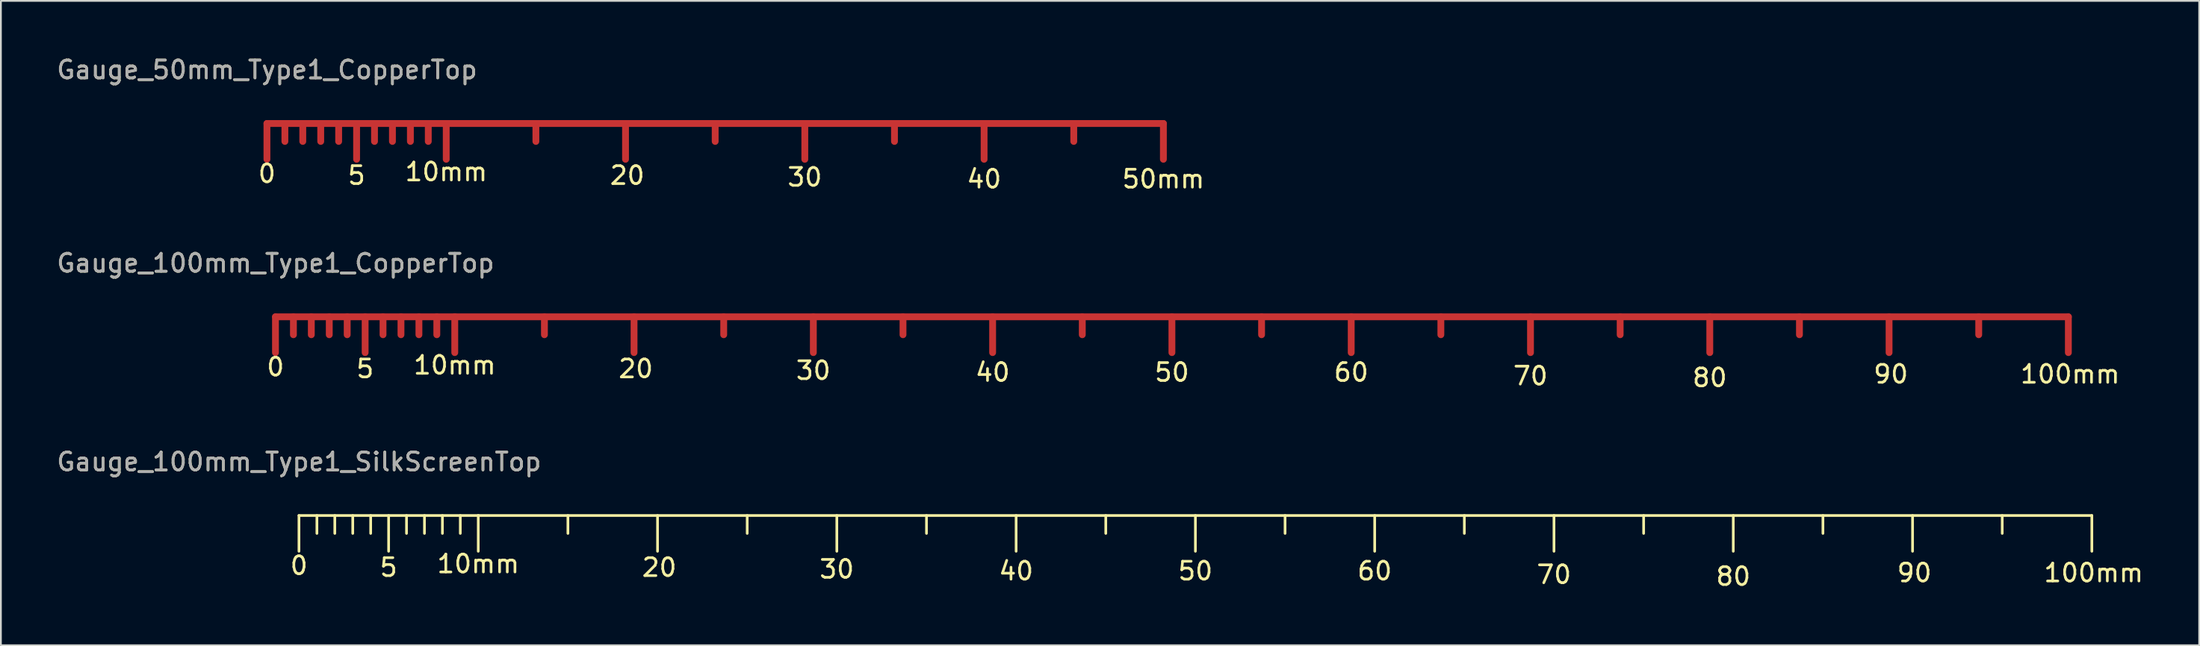
<source format=kicad_pcb>
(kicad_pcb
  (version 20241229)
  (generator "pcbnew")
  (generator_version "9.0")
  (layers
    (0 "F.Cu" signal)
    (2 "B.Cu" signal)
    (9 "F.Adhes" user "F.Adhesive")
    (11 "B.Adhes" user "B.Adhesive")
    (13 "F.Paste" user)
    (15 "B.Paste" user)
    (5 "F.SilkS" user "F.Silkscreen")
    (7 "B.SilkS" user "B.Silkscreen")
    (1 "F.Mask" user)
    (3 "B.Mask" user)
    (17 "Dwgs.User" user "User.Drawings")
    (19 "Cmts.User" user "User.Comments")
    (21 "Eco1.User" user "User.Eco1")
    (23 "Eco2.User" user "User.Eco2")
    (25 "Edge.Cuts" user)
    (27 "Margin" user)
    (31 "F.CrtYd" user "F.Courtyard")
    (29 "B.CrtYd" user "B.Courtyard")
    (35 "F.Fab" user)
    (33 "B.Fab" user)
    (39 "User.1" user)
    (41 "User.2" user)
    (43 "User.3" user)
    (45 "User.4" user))
  (footprint "Gauge_100mm_Type1_SilkScreenTop"
    (layer "F.Cu")
    (at 13.625 25.743)
    (property "Reference" "Gauge_100mm_Type1_SilkScreenTop" (at 0 -3 0) (layer "F.SilkS") (effects (font (size 1 1) (thickness 0.15))))
    (attr exclude_from_pos_files exclude_from_bom)
    (fp_line (start 0 0) (end 0 1.999) (stroke (width 0.15) (type solid)) (layer "F.SilkS"))
    (fp_line (start 0 0) (end 10 0) (stroke (width 0.15) (type solid)) (layer "F.SilkS"))
    (fp_line (start 1.001 0) (end 1.001 1.001) (stroke (width 0.15) (type solid)) (layer "F.SilkS"))
    (fp_line (start 1.999 0) (end 1.999 1.001) (stroke (width 0.15) (type solid)) (layer "F.SilkS"))
    (fp_line (start 3 0) (end 3 1.001) (stroke (width 0.15) (type solid)) (layer "F.SilkS"))
    (fp_line (start 4 0) (end 4 1.001) (stroke (width 0.15) (type solid)) (layer "F.SilkS"))
    (fp_line (start 5.001 0) (end 5.001 1.999) (stroke (width 0.15) (type solid)) (layer "F.SilkS"))
    (fp_line (start 5.999 0) (end 5.999 1.001) (stroke (width 0.15) (type solid)) (layer "F.SilkS"))
    (fp_line (start 7 0) (end 7 1.001) (stroke (width 0.15) (type solid)) (layer "F.SilkS"))
    (fp_line (start 8.001 0) (end 8.001 1.001) (stroke (width 0.15) (type solid)) (layer "F.SilkS"))
    (fp_line (start 8.999 0) (end 8.999 1.001) (stroke (width 0.15) (type solid)) (layer "F.SilkS"))
    (fp_line (start 10 0) (end 10 1.999) (stroke (width 0.15) (type solid)) (layer "F.SilkS"))
    (fp_line (start 10 0) (end 100 0) (stroke (width 0.15) (type solid)) (layer "F.SilkS"))
    (fp_line (start 15.001 0) (end 15.001 1.001) (stroke (width 0.15) (type solid)) (layer "F.SilkS"))
    (fp_line (start 20 0) (end 20 1.999) (stroke (width 0.15) (type solid)) (layer "F.SilkS"))
    (fp_line (start 25.001 0) (end 25.001 1.001) (stroke (width 0.15) (type solid)) (layer "F.SilkS"))
    (fp_line (start 30 0) (end 30 1.999) (stroke (width 0.15) (type solid)) (layer "F.SilkS"))
    (fp_line (start 35.001 0) (end 35.001 1.001) (stroke (width 0.15) (type solid)) (layer "F.SilkS"))
    (fp_line (start 40 0) (end 40 1.999) (stroke (width 0.15) (type solid)) (layer "F.SilkS"))
    (fp_line (start 45.001 0) (end 45.001 1.001) (stroke (width 0.15) (type solid)) (layer "F.SilkS"))
    (fp_line (start 50 0) (end 50 1.999) (stroke (width 0.15) (type solid)) (layer "F.SilkS"))
    (fp_line (start 55.001 0) (end 55.001 1.001) (stroke (width 0.15) (type solid)) (layer "F.SilkS"))
    (fp_line (start 60 0) (end 60 1.999) (stroke (width 0.15) (type solid)) (layer "F.SilkS"))
    (fp_line (start 65.001 0) (end 65.001 1.001) (stroke (width 0.15) (type solid)) (layer "F.SilkS"))
    (fp_line (start 70 0) (end 70 1.999) (stroke (width 0.15) (type solid)) (layer "F.SilkS"))
    (fp_line (start 75.001 0) (end 75.001 1.001) (stroke (width 0.15) (type solid)) (layer "F.SilkS"))
    (fp_line (start 80 0) (end 80 1.999) (stroke (width 0.15) (type solid)) (layer "F.SilkS"))
    (fp_line (start 85.001 0) (end 85.001 1.001) (stroke (width 0.15) (type solid)) (layer "F.SilkS"))
    (fp_line (start 90 0) (end 90 1.999) (stroke (width 0.15) (type solid)) (layer "F.SilkS"))
    (fp_line (start 95.001 0) (end 95.001 1.001) (stroke (width 0.15) (type solid)) (layer "F.SilkS"))
    (fp_line (start 100 0) (end 100 1.999) (stroke (width 0.15) (type solid)) (layer "F.SilkS"))
    (fp_text user "90" (at 90.101 3.203 0) (layer "F.SilkS") (effects (font (size 1 1) (thickness 0.15))))
    (fp_text user "0" (at 0 2.799 0) (layer "F.SilkS") (effects (font (size 1 1) (thickness 0.15))))
    (fp_text user "5" (at 4.999 2.901 0) (layer "F.SilkS") (effects (font (size 1 1) (thickness 0.15))))
    (fp_text user "30" (at 30 3 0) (layer "F.SilkS") (effects (font (size 1 1) (thickness 0.15))))
    (fp_text user "60" (at 60 3.101 0) (layer "F.SilkS") (effects (font (size 1 1) (thickness 0.15))))
    (fp_text user "50" (at 50 3.101 0) (layer "F.SilkS") (effects (font (size 1 1) (thickness 0.15))))
    (fp_text user "70" (at 70 3.302 0) (layer "F.SilkS") (effects (font (size 1 1) (thickness 0.15))))
    (fp_text user "10mm" (at 10 2.7 0) (layer "F.SilkS") (effects (font (size 1 1) (thickness 0.15))))
    (fp_text user "20" (at 20.099 2.901 0) (layer "F.SilkS") (effects (font (size 1 1) (thickness 0.15))))
    (fp_text user "80" (at 80 3.401 0) (layer "F.SilkS") (effects (font (size 1 1) (thickness 0.15))))
    (fp_text user "40" (at 40 3.101 0) (layer "F.SilkS") (effects (font (size 1 1) (thickness 0.15))))
    (fp_text user "100mm" (at 100.101 3.203 0) (layer "F.SilkS") (effects (font (size 1 1) (thickness 0.15))))
    (fp_text user "${REFERENCE}" (at 0 -3 0) (layer "F.Fab") (effects (font (size 1 1) (thickness 0.15)))))
  (footprint "Gauge_100mm_Type1_CopperTop"
    (layer "F.Cu")
    (at 12.315 14.646)
    (property "Reference" "Gauge_100mm_Type1_CopperTop" (at 0 -3 0) (layer "F.SilkS") (effects (font (size 1 1) (thickness 0.15))))
    (attr exclude_from_pos_files exclude_from_bom)
    (fp_line (start 0 0) (end 0 1.999) (stroke (width 0.381) (type solid)) (layer "F.Cu"))
    (fp_line (start 0 0) (end 10 0) (stroke (width 0.381) (type solid)) (layer "F.Cu"))
    (fp_line (start 1.001 0) (end 1.001 1.001) (stroke (width 0.381) (type solid)) (layer "F.Cu"))
    (fp_line (start 1.999 0) (end 1.999 1.001) (stroke (width 0.381) (type solid)) (layer "F.Cu"))
    (fp_line (start 3 0) (end 3 1.001) (stroke (width 0.381) (type solid)) (layer "F.Cu"))
    (fp_line (start 4 0) (end 4 1.001) (stroke (width 0.381) (type solid)) (layer "F.Cu"))
    (fp_line (start 5.001 0) (end 5.001 1.999) (stroke (width 0.381) (type solid)) (layer "F.Cu"))
    (fp_line (start 5.999 0) (end 5.999 1.001) (stroke (width 0.381) (type solid)) (layer "F.Cu"))
    (fp_line (start 7 0) (end 7 1.001) (stroke (width 0.381) (type solid)) (layer "F.Cu"))
    (fp_line (start 8.001 0) (end 8.001 1.001) (stroke (width 0.381) (type solid)) (layer "F.Cu"))
    (fp_line (start 8.999 0) (end 8.999 1.001) (stroke (width 0.381) (type solid)) (layer "F.Cu"))
    (fp_line (start 10 0) (end 10 1.999) (stroke (width 0.381) (type solid)) (layer "F.Cu"))
    (fp_line (start 10 0) (end 100 0) (stroke (width 0.381) (type solid)) (layer "F.Cu"))
    (fp_line (start 15.001 0) (end 15.001 1.001) (stroke (width 0.381) (type solid)) (layer "F.Cu"))
    (fp_line (start 20 0) (end 20 1.999) (stroke (width 0.381) (type solid)) (layer "F.Cu"))
    (fp_line (start 25.001 0) (end 25.001 1.001) (stroke (width 0.381) (type solid)) (layer "F.Cu"))
    (fp_line (start 30 0) (end 30 1.999) (stroke (width 0.381) (type solid)) (layer "F.Cu"))
    (fp_line (start 35.001 0) (end 35.001 1.001) (stroke (width 0.381) (type solid)) (layer "F.Cu"))
    (fp_line (start 40 0) (end 40 1.999) (stroke (width 0.381) (type solid)) (layer "F.Cu"))
    (fp_line (start 45.001 0) (end 45.001 1.001) (stroke (width 0.381) (type solid)) (layer "F.Cu"))
    (fp_line (start 50 0) (end 50 1.999) (stroke (width 0.381) (type solid)) (layer "F.Cu"))
    (fp_line (start 55.001 0) (end 55.001 1.001) (stroke (width 0.381) (type solid)) (layer "F.Cu"))
    (fp_line (start 60 0) (end 60 1.999) (stroke (width 0.381) (type solid)) (layer "F.Cu"))
    (fp_line (start 65.001 0) (end 65.001 1.001) (stroke (width 0.381) (type solid)) (layer "F.Cu"))
    (fp_line (start 70 0) (end 70 1.999) (stroke (width 0.381) (type solid)) (layer "F.Cu"))
    (fp_line (start 75.001 0) (end 75.001 1.001) (stroke (width 0.381) (type solid)) (layer "F.Cu"))
    (fp_line (start 80 0) (end 80 1.999) (stroke (width 0.381) (type solid)) (layer "F.Cu"))
    (fp_line (start 85.001 0) (end 85.001 1.001) (stroke (width 0.381) (type solid)) (layer "F.Cu"))
    (fp_line (start 90 0) (end 90 1.999) (stroke (width 0.381) (type solid)) (layer "F.Cu"))
    (fp_line (start 95.001 0) (end 95.001 1.001) (stroke (width 0.381) (type solid)) (layer "F.Cu"))
    (fp_line (start 100 0) (end 100 1.999) (stroke (width 0.381) (type solid)) (layer "F.Cu"))
    (fp_text user "20" (at 20.099 2.901 0) (layer "F.SilkS") (effects (font (size 1 1) (thickness 0.15))))
    (fp_text user "60" (at 60 3.101 0) (layer "F.SilkS") (effects (font (size 1 1) (thickness 0.15))))
    (fp_text user "90" (at 90.101 3.203 0) (layer "F.SilkS") (effects (font (size 1 1) (thickness 0.15))))
    (fp_text user "50" (at 50 3.101 0) (layer "F.SilkS") (effects (font (size 1 1) (thickness 0.15))))
    (fp_text user "70" (at 70 3.302 0) (layer "F.SilkS") (effects (font (size 1 1) (thickness 0.15))))
    (fp_text user "10mm" (at 10 2.7 0) (layer "F.SilkS") (effects (font (size 1 1) (thickness 0.15))))
    (fp_text user "40" (at 40 3.101 0) (layer "F.SilkS") (effects (font (size 1 1) (thickness 0.15))))
    (fp_text user "30" (at 30 3 0) (layer "F.SilkS") (effects (font (size 1 1) (thickness 0.15))))
    (fp_text user "5" (at 4.999 2.901 0) (layer "F.SilkS") (effects (font (size 1 1) (thickness 0.15))))
    (fp_text user "80" (at 80 3.401 0) (layer "F.SilkS") (effects (font (size 1 1) (thickness 0.15))))
    (fp_text user "0" (at 0 2.799 0) (layer "F.SilkS") (effects (font (size 1 1) (thickness 0.15))))
    (fp_text user "100mm" (at 100.101 3.203 0) (layer "F.SilkS") (effects (font (size 1 1) (thickness 0.15))))
    (fp_text user "${REFERENCE}" (at 0 -3 0) (layer "F.Fab") (effects (font (size 1 1) (thickness 0.15)))))
  (footprint "Gauge_50mm_Type1_CopperTop"
    (layer "F.Cu")
    (at 11.839 3.848)
    (property "Reference" "Gauge_50mm_Type1_CopperTop" (at 0 -3 0) (layer "F.SilkS") (effects (font (size 1 1) (thickness 0.15))))
    (attr exclude_from_pos_files exclude_from_bom)
    (fp_line (start 0 0) (end 0 1.999) (stroke (width 0.381) (type solid)) (layer "F.Cu"))
    (fp_line (start 0 0) (end 10 0) (stroke (width 0.381) (type solid)) (layer "F.Cu"))
    (fp_line (start 1.001 0) (end 1.001 1.001) (stroke (width 0.381) (type solid)) (layer "F.Cu"))
    (fp_line (start 1.999 0) (end 1.999 1.001) (stroke (width 0.381) (type solid)) (layer "F.Cu"))
    (fp_line (start 3 0) (end 3 1.001) (stroke (width 0.381) (type solid)) (layer "F.Cu"))
    (fp_line (start 4 0) (end 4 1.001) (stroke (width 0.381) (type solid)) (layer "F.Cu"))
    (fp_line (start 5.001 0) (end 5.001 1.999) (stroke (width 0.381) (type solid)) (layer "F.Cu"))
    (fp_line (start 5.999 0) (end 5.999 1.001) (stroke (width 0.381) (type solid)) (layer "F.Cu"))
    (fp_line (start 7 0) (end 7 1.001) (stroke (width 0.381) (type solid)) (layer "F.Cu"))
    (fp_line (start 8.001 0) (end 8.001 1.001) (stroke (width 0.381) (type solid)) (layer "F.Cu"))
    (fp_line (start 8.999 0) (end 8.999 1.001) (stroke (width 0.381) (type solid)) (layer "F.Cu"))
    (fp_line (start 10 0) (end 10 1.999) (stroke (width 0.381) (type solid)) (layer "F.Cu"))
    (fp_line (start 10 0) (end 50 0) (stroke (width 0.381) (type solid)) (layer "F.Cu"))
    (fp_line (start 15.001 0) (end 15.001 1.001) (stroke (width 0.381) (type solid)) (layer "F.Cu"))
    (fp_line (start 20 0) (end 20 1.999) (stroke (width 0.381) (type solid)) (layer "F.Cu"))
    (fp_line (start 25.001 0) (end 25.001 1.001) (stroke (width 0.381) (type solid)) (layer "F.Cu"))
    (fp_line (start 30 0) (end 30 1.999) (stroke (width 0.381) (type solid)) (layer "F.Cu"))
    (fp_line (start 35.001 0) (end 35.001 1.001) (stroke (width 0.381) (type solid)) (layer "F.Cu"))
    (fp_line (start 40 0) (end 40 1.999) (stroke (width 0.381) (type solid)) (layer "F.Cu"))
    (fp_line (start 45.001 0) (end 45.001 1.001) (stroke (width 0.381) (type solid)) (layer "F.Cu"))
    (fp_line (start 50 0) (end 50 1.999) (stroke (width 0.381) (type solid)) (layer "F.Cu"))
    (fp_text user "20" (at 20.099 2.901 0) (layer "F.SilkS") (effects (font (size 1 1) (thickness 0.15))))
    (fp_text user "50mm" (at 50 3.101 0) (layer "F.SilkS") (effects (font (size 1 1) (thickness 0.15))))
    (fp_text user "40" (at 40 3.101 0) (layer "F.SilkS") (effects (font (size 1 1) (thickness 0.15))))
    (fp_text user "30" (at 30 3 0) (layer "F.SilkS") (effects (font (size 1 1) (thickness 0.15))))
    (fp_text user "0" (at 0 2.799 0) (layer "F.SilkS") (effects (font (size 1 1) (thickness 0.15))))
    (fp_text user "5" (at 4.999 2.901 0) (layer "F.SilkS") (effects (font (size 1 1) (thickness 0.15))))
    (fp_text user "10mm" (at 10 2.7 0) (layer "F.SilkS") (effects (font (size 1 1) (thickness 0.15))))
    (fp_text user "${REFERENCE}" (at 0 -3 0) (layer "F.Fab") (effects (font (size 1 1) (thickness 0.15)))))
  (gr_rect
    (start -3 -3)
    (end 119.613 32.992)
    (stroke (width 0.1) (type default))
    (fill no)
    (layer "Edge.Cuts")))
</source>
